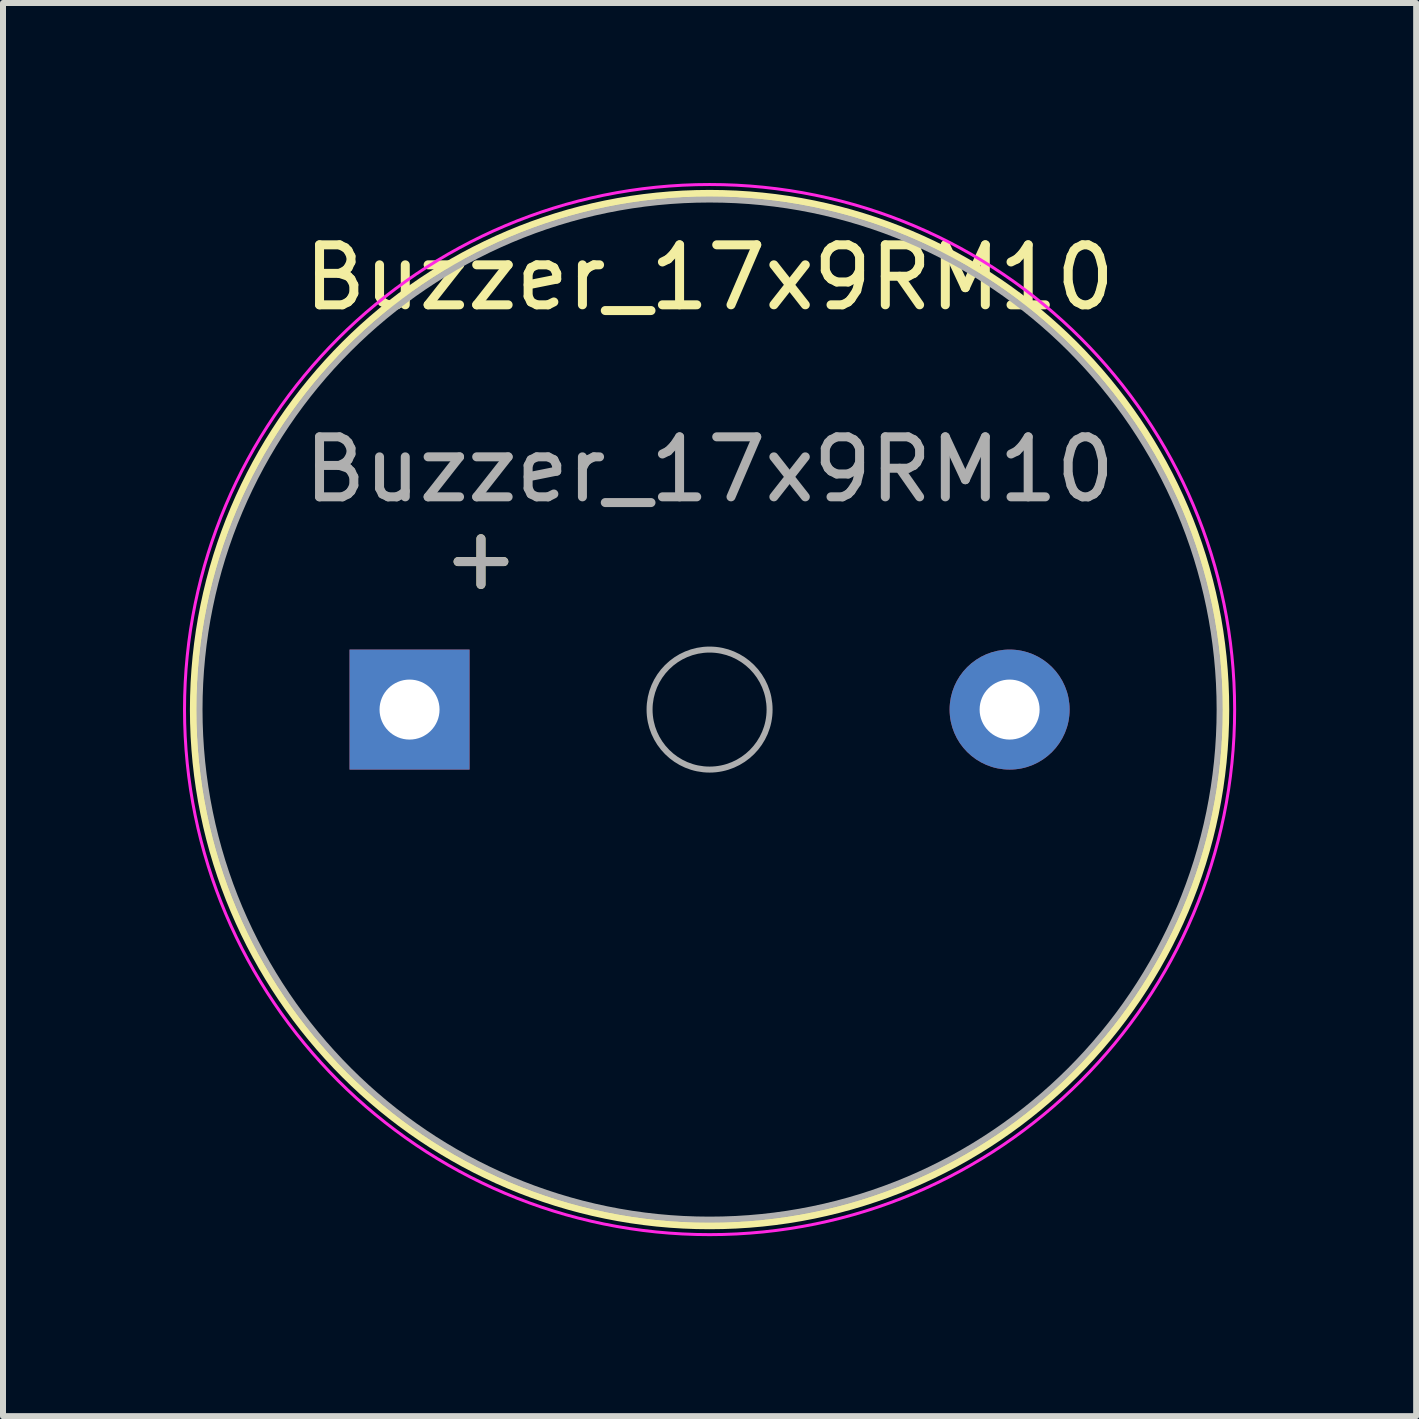
<source format=kicad_pcb>
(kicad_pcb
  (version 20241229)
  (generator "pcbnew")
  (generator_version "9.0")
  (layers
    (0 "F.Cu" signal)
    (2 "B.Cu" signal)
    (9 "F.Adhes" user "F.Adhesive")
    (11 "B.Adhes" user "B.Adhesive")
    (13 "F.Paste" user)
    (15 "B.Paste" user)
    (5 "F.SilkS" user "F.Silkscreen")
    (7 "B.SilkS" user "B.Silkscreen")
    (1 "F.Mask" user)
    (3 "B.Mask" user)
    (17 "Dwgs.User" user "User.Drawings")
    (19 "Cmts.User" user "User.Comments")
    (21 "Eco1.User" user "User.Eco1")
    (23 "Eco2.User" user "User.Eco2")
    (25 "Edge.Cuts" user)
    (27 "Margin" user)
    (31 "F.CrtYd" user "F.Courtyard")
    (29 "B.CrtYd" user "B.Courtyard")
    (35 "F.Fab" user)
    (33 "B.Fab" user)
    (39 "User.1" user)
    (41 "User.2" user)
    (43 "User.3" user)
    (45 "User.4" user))
  (footprint "Buzzer_17x9RM10"
    (layer "F.Cu")
    (at 8.775 8.775)
    (property "Reference" "Buzzer_17x9RM10" (at 0 -7.2 0) (layer "F.SilkS") (effects (font (size 1 1) (thickness 0.15))))
    (attr through_hole)
    (fp_circle (center 0 0) (end 8.6 0) (stroke (width 0.12) (type solid)) (fill no) (layer "F.SilkS"))
    (fp_circle (center 0 0) (end 8.75 0) (stroke (width 0.05) (type solid)) (fill no) (layer "F.CrtYd"))
    (fp_circle (center 0 0) (end 1 0) (stroke (width 0.1) (type solid)) (fill no) (layer "F.Fab"))
    (fp_circle (center 0 0) (end 8.5 0) (stroke (width 0.1) (type solid)) (fill no) (layer "F.Fab"))
    (fp_text user "+" (at -3.81 -2.54 0) (layer "F.SilkS") (effects (font (size 1 1) (thickness 0.15))))
    (fp_text user "${REFERENCE}" (at 0 -4 0) (layer "F.Fab") (effects (font (size 1 1) (thickness 0.15))))
    (fp_text user "+" (at -3.81 -2.54 0) (layer "F.Fab") (effects (font (size 1 1) (thickness 0.15))))
    (pad "1" thru_hole rect (at -5 0) (size 2 2) (drill 1) (layers "*.Cu" "*.Mask"))
    (pad "2" thru_hole circle (at 5 0) (size 2 2) (drill 1) (layers "*.Cu" "*.Mask")))
  (gr_rect
    (start -3 -3)
    (end 20.55 20.55)
    (stroke (width 0.1) (type default))
    (fill no)
    (layer "Edge.Cuts")))
</source>
